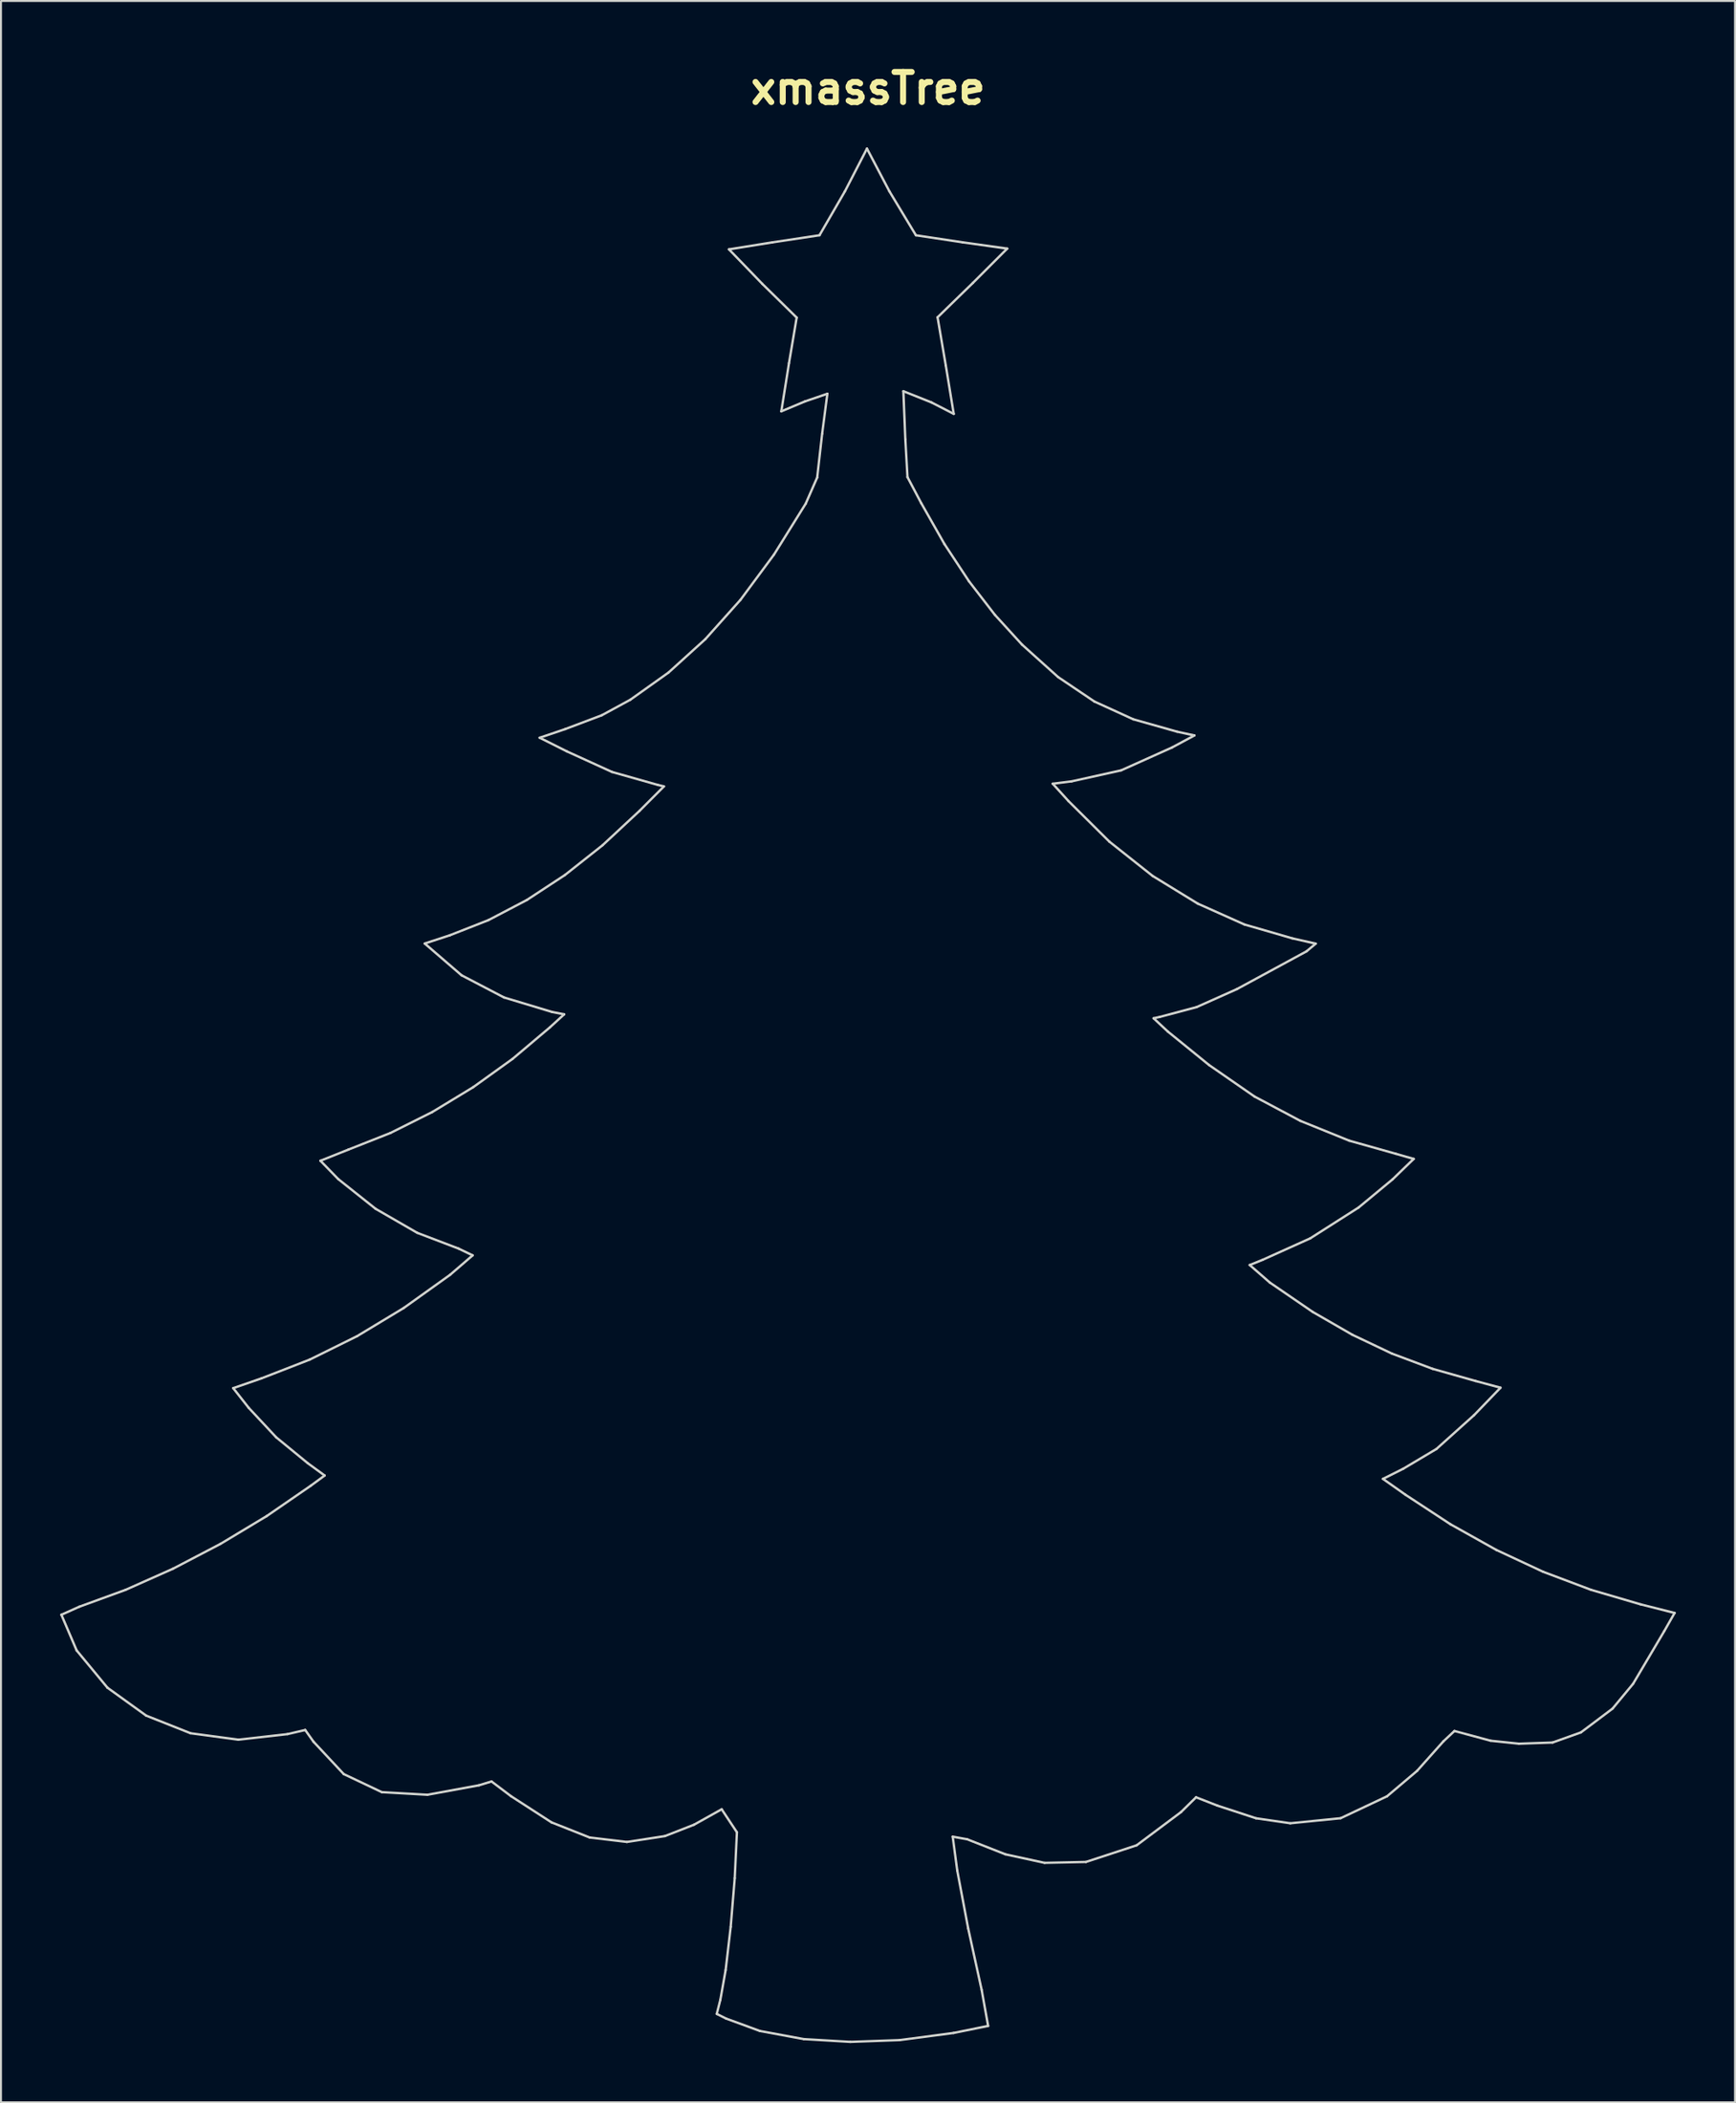
<source format=kicad_pcb>
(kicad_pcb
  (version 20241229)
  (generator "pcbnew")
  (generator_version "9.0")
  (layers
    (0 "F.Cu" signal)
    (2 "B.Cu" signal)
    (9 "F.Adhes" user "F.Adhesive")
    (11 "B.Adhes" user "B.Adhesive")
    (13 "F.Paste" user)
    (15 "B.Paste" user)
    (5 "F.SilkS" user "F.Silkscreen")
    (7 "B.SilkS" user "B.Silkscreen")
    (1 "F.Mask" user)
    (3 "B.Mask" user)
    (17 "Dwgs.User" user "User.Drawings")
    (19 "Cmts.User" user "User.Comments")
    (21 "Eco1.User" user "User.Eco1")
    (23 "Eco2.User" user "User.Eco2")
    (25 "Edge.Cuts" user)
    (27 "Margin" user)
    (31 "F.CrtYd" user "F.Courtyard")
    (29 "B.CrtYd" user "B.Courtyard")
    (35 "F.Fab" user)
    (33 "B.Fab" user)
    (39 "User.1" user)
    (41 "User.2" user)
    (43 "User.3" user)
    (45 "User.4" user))
  (footprint "xmassTree"
    (layer "F.Cu")
    (at 40.917 52.429)
    (property "Reference" "xmassTree" (at 0 -51.002 0) (layer "F.SilkS") (effects (font (size 1.524 1.524) (thickness 0.305))))
    (attr smd)
    (fp_line (start -40.857 26.28) (end -39.953 25.875) (stroke (width 0.12) (type solid)) (layer "Edge.Cuts"))
    (fp_line (start -40.085 28.086) (end -40.857 26.28) (stroke (width 0.12) (type solid)) (layer "Edge.Cuts"))
    (fp_line (start -39.953 25.875) (end -37.606 25.019) (stroke (width 0.12) (type solid)) (layer "Edge.Cuts"))
    (fp_line (start -38.523 29.975) (end -40.085 28.086) (stroke (width 0.12) (type solid)) (layer "Edge.Cuts"))
    (fp_line (start -37.606 25.019) (end -35.205 23.95) (stroke (width 0.12) (type solid)) (layer "Edge.Cuts"))
    (fp_line (start -36.563 31.387) (end -38.523 29.975) (stroke (width 0.12) (type solid)) (layer "Edge.Cuts"))
    (fp_line (start -35.205 23.95) (end -32.804 22.695) (stroke (width 0.12) (type solid)) (layer "Edge.Cuts"))
    (fp_line (start -34.317 32.279) (end -36.563 31.387) (stroke (width 0.12) (type solid)) (layer "Edge.Cuts"))
    (fp_line (start -32.804 22.695) (end -30.459 21.285) (stroke (width 0.12) (type solid)) (layer "Edge.Cuts"))
    (fp_line (start -32.153 14.806) (end -30.722 14.311) (stroke (width 0.12) (type solid)) (layer "Edge.Cuts"))
    (fp_line (start -31.895 32.606) (end -34.317 32.279) (stroke (width 0.12) (type solid)) (layer "Edge.Cuts"))
    (fp_line (start -31.372 15.8) (end -32.153 14.806) (stroke (width 0.12) (type solid)) (layer "Edge.Cuts"))
    (fp_line (start -30.722 14.311) (end -28.28 13.362) (stroke (width 0.12) (type solid)) (layer "Edge.Cuts"))
    (fp_line (start -30.459 21.285) (end -28.223 19.746) (stroke (width 0.12) (type solid)) (layer "Edge.Cuts"))
    (fp_line (start -29.978 17.295) (end -31.372 15.8) (stroke (width 0.12) (type solid)) (layer "Edge.Cuts"))
    (fp_line (start -29.408 32.324) (end -31.895 32.606) (stroke (width 0.12) (type solid)) (layer "Edge.Cuts"))
    (fp_line (start -28.508 32.115) (end -29.408 32.324) (stroke (width 0.12) (type solid)) (layer "Edge.Cuts"))
    (fp_line (start -28.378 18.606) (end -29.978 17.295) (stroke (width 0.12) (type solid)) (layer "Edge.Cuts"))
    (fp_line (start -28.28 13.362) (end -25.882 12.176) (stroke (width 0.12) (type solid)) (layer "Edge.Cuts"))
    (fp_line (start -28.223 19.746) (end -27.523 19.23) (stroke (width 0.12) (type solid)) (layer "Edge.Cuts"))
    (fp_line (start -28.086 32.709) (end -28.508 32.115) (stroke (width 0.12) (type solid)) (layer "Edge.Cuts"))
    (fp_line (start -27.736 3.293) (end -26.315 2.726) (stroke (width 0.12) (type solid)) (layer "Edge.Cuts"))
    (fp_line (start -27.523 19.23) (end -28.378 18.606) (stroke (width 0.12) (type solid)) (layer "Edge.Cuts"))
    (fp_line (start -26.832 4.223) (end -27.736 3.293) (stroke (width 0.12) (type solid)) (layer "Edge.Cuts"))
    (fp_line (start -26.554 34.348) (end -28.086 32.709) (stroke (width 0.12) (type solid)) (layer "Edge.Cuts"))
    (fp_line (start -26.315 2.726) (end -24.193 1.888) (stroke (width 0.12) (type solid)) (layer "Edge.Cuts"))
    (fp_line (start -25.882 12.176) (end -23.515 10.747) (stroke (width 0.12) (type solid)) (layer "Edge.Cuts"))
    (fp_line (start -24.941 5.726) (end -26.832 4.223) (stroke (width 0.12) (type solid)) (layer "Edge.Cuts"))
    (fp_line (start -24.627 35.262) (end -26.554 34.348) (stroke (width 0.12) (type solid)) (layer "Edge.Cuts"))
    (fp_line (start -24.193 1.888) (end -22.076 0.829) (stroke (width 0.12) (type solid)) (layer "Edge.Cuts"))
    (fp_line (start -23.515 10.747) (end -21.169 9.069) (stroke (width 0.12) (type solid)) (layer "Edge.Cuts"))
    (fp_line (start -22.833 6.942) (end -24.941 5.726) (stroke (width 0.12) (type solid)) (layer "Edge.Cuts"))
    (fp_line (start -22.453 -7.706) (end -21.176 -8.125) (stroke (width 0.12) (type solid)) (layer "Edge.Cuts"))
    (fp_line (start -22.316 35.394) (end -24.627 35.262) (stroke (width 0.12) (type solid)) (layer "Edge.Cuts"))
    (fp_line (start -22.076 0.829) (end -20.001 -0.43) (stroke (width 0.12) (type solid)) (layer "Edge.Cuts"))
    (fp_line (start -21.176 -8.125) (end -19.223 -8.892) (stroke (width 0.12) (type solid)) (layer "Edge.Cuts"))
    (fp_line (start -21.169 9.069) (end -20.026 8.083) (stroke (width 0.12) (type solid)) (layer "Edge.Cuts"))
    (fp_line (start -20.737 7.741) (end -22.833 6.942) (stroke (width 0.12) (type solid)) (layer "Edge.Cuts"))
    (fp_line (start -20.586 -6.097) (end -22.453 -7.706) (stroke (width 0.12) (type solid)) (layer "Edge.Cuts"))
    (fp_line (start -20.026 8.083) (end -20.737 7.741) (stroke (width 0.12) (type solid)) (layer "Edge.Cuts"))
    (fp_line (start -20.001 -0.43) (end -18.001 -1.867) (stroke (width 0.12) (type solid)) (layer "Edge.Cuts"))
    (fp_line (start -19.709 34.916) (end -22.316 35.394) (stroke (width 0.12) (type solid)) (layer "Edge.Cuts"))
    (fp_line (start -19.223 -8.892) (end -17.278 -9.911) (stroke (width 0.12) (type solid)) (layer "Edge.Cuts"))
    (fp_line (start -19.069 34.721) (end -19.709 34.916) (stroke (width 0.12) (type solid)) (layer "Edge.Cuts"))
    (fp_line (start -18.437 -4.975) (end -20.586 -6.097) (stroke (width 0.12) (type solid)) (layer "Edge.Cuts"))
    (fp_line (start -18.084 35.465) (end -19.069 34.721) (stroke (width 0.12) (type solid)) (layer "Edge.Cuts"))
    (fp_line (start -18.001 -1.867) (end -16.113 -3.461) (stroke (width 0.12) (type solid)) (layer "Edge.Cuts"))
    (fp_line (start -17.278 -9.911) (end -15.35 -11.176) (stroke (width 0.12) (type solid)) (layer "Edge.Cuts"))
    (fp_line (start -16.63 -18.126) (end -15.338 -18.563) (stroke (width 0.12) (type solid)) (layer "Edge.Cuts"))
    (fp_line (start -16.113 -3.461) (end -15.39 -4.122) (stroke (width 0.12) (type solid)) (layer "Edge.Cuts"))
    (fp_line (start -16.032 36.792) (end -18.084 35.465) (stroke (width 0.12) (type solid)) (layer "Edge.Cuts"))
    (fp_line (start -16.01 -4.243) (end -18.437 -4.975) (stroke (width 0.12) (type solid)) (layer "Edge.Cuts"))
    (fp_line (start -15.39 -4.122) (end -16.01 -4.243) (stroke (width 0.12) (type solid)) (layer "Edge.Cuts"))
    (fp_line (start -15.35 -11.176) (end -13.445 -12.682) (stroke (width 0.12) (type solid)) (layer "Edge.Cuts"))
    (fp_line (start -15.338 -18.563) (end -13.483 -19.264) (stroke (width 0.12) (type solid)) (layer "Edge.Cuts"))
    (fp_line (start -15.258 -17.437) (end -16.63 -18.126) (stroke (width 0.12) (type solid)) (layer "Edge.Cuts"))
    (fp_line (start -14.1 37.558) (end -16.032 36.792) (stroke (width 0.12) (type solid)) (layer "Edge.Cuts"))
    (fp_line (start -13.483 -19.264) (end -12.036 -20.051) (stroke (width 0.12) (type solid)) (layer "Edge.Cuts"))
    (fp_line (start -13.445 -12.682) (end -11.571 -14.425) (stroke (width 0.12) (type solid)) (layer "Edge.Cuts"))
    (fp_line (start -12.964 -16.392) (end -15.258 -17.437) (stroke (width 0.12) (type solid)) (layer "Edge.Cuts"))
    (fp_line (start -12.21 37.783) (end -14.1 37.558) (stroke (width 0.12) (type solid)) (layer "Edge.Cuts"))
    (fp_line (start -12.036 -20.051) (end -10.102 -21.428) (stroke (width 0.12) (type solid)) (layer "Edge.Cuts"))
    (fp_line (start -11.571 -14.425) (end -10.336 -15.663) (stroke (width 0.12) (type solid)) (layer "Edge.Cuts"))
    (fp_line (start -10.642 -15.735) (end -12.964 -16.392) (stroke (width 0.12) (type solid)) (layer "Edge.Cuts"))
    (fp_line (start -10.336 -15.663) (end -10.642 -15.735) (stroke (width 0.12) (type solid)) (layer "Edge.Cuts"))
    (fp_line (start -10.288 37.487) (end -12.21 37.783) (stroke (width 0.12) (type solid)) (layer "Edge.Cuts"))
    (fp_line (start -10.102 -21.428) (end -8.242 -23.114) (stroke (width 0.12) (type solid)) (layer "Edge.Cuts"))
    (fp_line (start -8.815 36.912) (end -10.288 37.487) (stroke (width 0.12) (type solid)) (layer "Edge.Cuts"))
    (fp_line (start -8.242 -23.114) (end -6.462 -25.104) (stroke (width 0.12) (type solid)) (layer "Edge.Cuts"))
    (fp_line (start -7.66 46.49) (end -7.479 45.777) (stroke (width 0.12) (type solid)) (layer "Edge.Cuts"))
    (fp_line (start -7.479 45.777) (end -7.211 44.272) (stroke (width 0.12) (type solid)) (layer "Edge.Cuts"))
    (fp_line (start -7.412 36.129) (end -8.815 36.912) (stroke (width 0.12) (type solid)) (layer "Edge.Cuts"))
    (fp_line (start -7.211 44.272) (end -6.954 42.081) (stroke (width 0.12) (type solid)) (layer "Edge.Cuts"))
    (fp_line (start -7.185 46.727) (end -7.66 46.49) (stroke (width 0.12) (type solid)) (layer "Edge.Cuts"))
    (fp_line (start -7.042 -42.854) (end -4.84 -43.208) (stroke (width 0.12) (type solid)) (layer "Edge.Cuts"))
    (fp_line (start -6.954 42.081) (end -6.75 39.618) (stroke (width 0.12) (type solid)) (layer "Edge.Cuts"))
    (fp_line (start -6.75 39.618) (end -6.639 37.294) (stroke (width 0.12) (type solid)) (layer "Edge.Cuts"))
    (fp_line (start -6.639 37.294) (end -7.412 36.129) (stroke (width 0.12) (type solid)) (layer "Edge.Cuts"))
    (fp_line (start -6.462 -25.104) (end -4.765 -27.394) (stroke (width 0.12) (type solid)) (layer "Edge.Cuts"))
    (fp_line (start -5.474 47.355) (end -7.185 46.727) (stroke (width 0.12) (type solid)) (layer "Edge.Cuts"))
    (fp_line (start -5.35 -41.103) (end -7.042 -42.854) (stroke (width 0.12) (type solid)) (layer "Edge.Cuts"))
    (fp_line (start -4.84 -43.208) (end -2.457 -43.567) (stroke (width 0.12) (type solid)) (layer "Edge.Cuts"))
    (fp_line (start -4.765 -27.394) (end -3.154 -29.979) (stroke (width 0.12) (type solid)) (layer "Edge.Cuts"))
    (fp_line (start -4.39 -34.652) (end -4.002 -37.09) (stroke (width 0.12) (type solid)) (layer "Edge.Cuts"))
    (fp_line (start -4.002 -37.09) (end -3.612 -39.398) (stroke (width 0.12) (type solid)) (layer "Edge.Cuts"))
    (fp_line (start -3.612 -39.398) (end -5.35 -41.103) (stroke (width 0.12) (type solid)) (layer "Edge.Cuts"))
    (fp_line (start -3.251 47.766) (end -5.474 47.355) (stroke (width 0.12) (type solid)) (layer "Edge.Cuts"))
    (fp_line (start -3.194 -35.154) (end -4.39 -34.652) (stroke (width 0.12) (type solid)) (layer "Edge.Cuts"))
    (fp_line (start -3.154 -29.979) (end -2.574 -31.302) (stroke (width 0.12) (type solid)) (layer "Edge.Cuts"))
    (fp_line (start -2.574 -31.302) (end -2.322 -33.519) (stroke (width 0.12) (type solid)) (layer "Edge.Cuts"))
    (fp_line (start -2.457 -43.567) (end -1.172 -45.785) (stroke (width 0.12) (type solid)) (layer "Edge.Cuts"))
    (fp_line (start -2.322 -33.519) (end -2.058 -35.542) (stroke (width 0.12) (type solid)) (layer "Edge.Cuts"))
    (fp_line (start -2.058 -35.542) (end -3.194 -35.154) (stroke (width 0.12) (type solid)) (layer "Edge.Cuts"))
    (fp_line (start -1.172 -45.785) (end -0.052 -47.954) (stroke (width 0.12) (type solid)) (layer "Edge.Cuts"))
    (fp_line (start -0.894 47.906) (end -3.251 47.766) (stroke (width 0.12) (type solid)) (layer "Edge.Cuts"))
    (fp_line (start -0.052 -47.954) (end 1.087 -45.788) (stroke (width 0.12) (type solid)) (layer "Edge.Cuts"))
    (fp_line (start 1.087 -45.788) (end 2.428 -43.566) (stroke (width 0.12) (type solid)) (layer "Edge.Cuts"))
    (fp_line (start 1.605 47.816) (end -0.894 47.906) (stroke (width 0.12) (type solid)) (layer "Edge.Cuts"))
    (fp_line (start 1.792 -35.671) (end 1.891 -33.238) (stroke (width 0.12) (type solid)) (layer "Edge.Cuts"))
    (fp_line (start 1.891 -33.238) (end 2.001 -31.32) (stroke (width 0.12) (type solid)) (layer "Edge.Cuts"))
    (fp_line (start 2.001 -31.32) (end 2.697 -30.003) (stroke (width 0.12) (type solid)) (layer "Edge.Cuts"))
    (fp_line (start 2.428 -43.566) (end 4.79 -43.21) (stroke (width 0.12) (type solid)) (layer "Edge.Cuts"))
    (fp_line (start 2.697 -30.003) (end 3.875 -27.929) (stroke (width 0.12) (type solid)) (layer "Edge.Cuts"))
    (fp_line (start 3.218 -35.102) (end 1.792 -35.671) (stroke (width 0.12) (type solid)) (layer "Edge.Cuts"))
    (fp_line (start 3.524 -39.413) (end 3.942 -36.968) (stroke (width 0.12) (type solid)) (layer "Edge.Cuts"))
    (fp_line (start 3.875 -27.929) (end 5.12 -26.042) (stroke (width 0.12) (type solid)) (layer "Edge.Cuts"))
    (fp_line (start 3.942 -36.968) (end 4.343 -34.523) (stroke (width 0.12) (type solid)) (layer "Edge.Cuts"))
    (fp_line (start 4.292 37.516) (end 4.521 39.232) (stroke (width 0.12) (type solid)) (layer "Edge.Cuts"))
    (fp_line (start 4.333 47.455) (end 1.605 47.816) (stroke (width 0.12) (type solid)) (layer "Edge.Cuts"))
    (fp_line (start 4.343 -34.523) (end 3.218 -35.102) (stroke (width 0.12) (type solid)) (layer "Edge.Cuts"))
    (fp_line (start 4.521 39.232) (end 5.076 42.168) (stroke (width 0.12) (type solid)) (layer "Edge.Cuts"))
    (fp_line (start 4.79 -43.21) (end 7.051 -42.892) (stroke (width 0.12) (type solid)) (layer "Edge.Cuts"))
    (fp_line (start 5.024 37.648) (end 4.292 37.516) (stroke (width 0.12) (type solid)) (layer "Edge.Cuts"))
    (fp_line (start 5.076 42.168) (end 5.757 45.272) (stroke (width 0.12) (type solid)) (layer "Edge.Cuts"))
    (fp_line (start 5.12 -26.042) (end 6.43 -24.345) (stroke (width 0.12) (type solid)) (layer "Edge.Cuts"))
    (fp_line (start 5.311 -41.152) (end 3.524 -39.413) (stroke (width 0.12) (type solid)) (layer "Edge.Cuts"))
    (fp_line (start 5.757 45.272) (end 6.085 47.098) (stroke (width 0.12) (type solid)) (layer "Edge.Cuts"))
    (fp_line (start 6.085 47.098) (end 4.333 47.455) (stroke (width 0.12) (type solid)) (layer "Edge.Cuts"))
    (fp_line (start 6.43 -24.345) (end 7.801 -22.842) (stroke (width 0.12) (type solid)) (layer "Edge.Cuts"))
    (fp_line (start 6.962 38.41) (end 5.024 37.648) (stroke (width 0.12) (type solid)) (layer "Edge.Cuts"))
    (fp_line (start 7.051 -42.892) (end 5.311 -41.152) (stroke (width 0.12) (type solid)) (layer "Edge.Cuts"))
    (fp_line (start 7.801 -22.842) (end 9.632 -21.196) (stroke (width 0.12) (type solid)) (layer "Edge.Cuts"))
    (fp_line (start 8.944 38.841) (end 6.962 38.41) (stroke (width 0.12) (type solid)) (layer "Edge.Cuts"))
    (fp_line (start 9.359 -15.797) (end 10.154 -14.921) (stroke (width 0.12) (type solid)) (layer "Edge.Cuts"))
    (fp_line (start 9.632 -21.196) (end 11.468 -19.959) (stroke (width 0.12) (type solid)) (layer "Edge.Cuts"))
    (fp_line (start 10.154 -14.921) (end 12.228 -12.864) (stroke (width 0.12) (type solid)) (layer "Edge.Cuts"))
    (fp_line (start 10.312 -15.917) (end 9.359 -15.797) (stroke (width 0.12) (type solid)) (layer "Edge.Cuts"))
    (fp_line (start 11.04 38.796) (end 8.944 38.841) (stroke (width 0.12) (type solid)) (layer "Edge.Cuts"))
    (fp_line (start 11.468 -19.959) (end 13.434 -19.061) (stroke (width 0.12) (type solid)) (layer "Edge.Cuts"))
    (fp_line (start 12.228 -12.864) (end 14.418 -11.128) (stroke (width 0.12) (type solid)) (layer "Edge.Cuts"))
    (fp_line (start 12.823 -16.474) (end 10.312 -15.917) (stroke (width 0.12) (type solid)) (layer "Edge.Cuts"))
    (fp_line (start 13.434 -19.061) (end 15.657 -18.432) (stroke (width 0.12) (type solid)) (layer "Edge.Cuts"))
    (fp_line (start 13.607 37.954) (end 11.04 38.796) (stroke (width 0.12) (type solid)) (layer "Edge.Cuts"))
    (fp_line (start 14.418 -11.128) (end 16.705 -9.726) (stroke (width 0.12) (type solid)) (layer "Edge.Cuts"))
    (fp_line (start 14.468 -3.922) (end 15.191 -3.247) (stroke (width 0.12) (type solid)) (layer "Edge.Cuts"))
    (fp_line (start 14.778 -3.989) (end 14.468 -3.922) (stroke (width 0.12) (type solid)) (layer "Edge.Cuts"))
    (fp_line (start 15.191 -3.247) (end 17.275 -1.555) (stroke (width 0.12) (type solid)) (layer "Edge.Cuts"))
    (fp_line (start 15.399 -17.631) (end 12.823 -16.474) (stroke (width 0.12) (type solid)) (layer "Edge.Cuts"))
    (fp_line (start 15.657 -18.432) (end 16.534 -18.242) (stroke (width 0.12) (type solid)) (layer "Edge.Cuts"))
    (fp_line (start 15.853 36.274) (end 13.607 37.954) (stroke (width 0.12) (type solid)) (layer "Edge.Cuts"))
    (fp_line (start 16.534 -18.242) (end 15.399 -17.631) (stroke (width 0.12) (type solid)) (layer "Edge.Cuts"))
    (fp_line (start 16.618 35.522) (end 15.853 36.274) (stroke (width 0.12) (type solid)) (layer "Edge.Cuts"))
    (fp_line (start 16.642 -4.485) (end 14.778 -3.989) (stroke (width 0.12) (type solid)) (layer "Edge.Cuts"))
    (fp_line (start 16.705 -9.726) (end 19.07 -8.669) (stroke (width 0.12) (type solid)) (layer "Edge.Cuts"))
    (fp_line (start 17.275 -1.555) (end 19.582 0.043) (stroke (width 0.12) (type solid)) (layer "Edge.Cuts"))
    (fp_line (start 17.696 35.943) (end 16.618 35.522) (stroke (width 0.12) (type solid)) (layer "Edge.Cuts"))
    (fp_line (start 18.685 -5.397) (end 16.642 -4.485) (stroke (width 0.12) (type solid)) (layer "Edge.Cuts"))
    (fp_line (start 19.07 -8.669) (end 21.494 -7.968) (stroke (width 0.12) (type solid)) (layer "Edge.Cuts"))
    (fp_line (start 19.337 8.573) (end 20.354 9.459) (stroke (width 0.12) (type solid)) (layer "Edge.Cuts"))
    (fp_line (start 19.582 0.043) (end 21.902 1.274) (stroke (width 0.12) (type solid)) (layer "Edge.Cuts"))
    (fp_line (start 19.656 36.585) (end 17.696 35.943) (stroke (width 0.12) (type solid)) (layer "Edge.Cuts"))
    (fp_line (start 19.996 8.306) (end 19.337 8.573) (stroke (width 0.12) (type solid)) (layer "Edge.Cuts"))
    (fp_line (start 20.354 9.459) (end 22.522 10.944) (stroke (width 0.12) (type solid)) (layer "Edge.Cuts"))
    (fp_line (start 21.391 36.837) (end 19.656 36.585) (stroke (width 0.12) (type solid)) (layer "Edge.Cuts"))
    (fp_line (start 21.494 -7.968) (end 22.678 -7.7) (stroke (width 0.12) (type solid)) (layer "Edge.Cuts"))
    (fp_line (start 21.902 1.274) (end 24.38 2.277) (stroke (width 0.12) (type solid)) (layer "Edge.Cuts"))
    (fp_line (start 22.213 -7.31) (end 18.685 -5.397) (stroke (width 0.12) (type solid)) (layer "Edge.Cuts"))
    (fp_line (start 22.396 7.225) (end 19.996 8.306) (stroke (width 0.12) (type solid)) (layer "Edge.Cuts"))
    (fp_line (start 22.522 10.944) (end 24.538 12.106) (stroke (width 0.12) (type solid)) (layer "Edge.Cuts"))
    (fp_line (start 22.678 -7.7) (end 22.213 -7.31) (stroke (width 0.12) (type solid)) (layer "Edge.Cuts"))
    (fp_line (start 23.94 36.582) (end 21.391 36.837) (stroke (width 0.12) (type solid)) (layer "Edge.Cuts"))
    (fp_line (start 24.38 2.277) (end 26.737 2.94) (stroke (width 0.12) (type solid)) (layer "Edge.Cuts"))
    (fp_line (start 24.538 12.106) (end 26.544 13.059) (stroke (width 0.12) (type solid)) (layer "Edge.Cuts"))
    (fp_line (start 24.852 5.66) (end 22.396 7.225) (stroke (width 0.12) (type solid)) (layer "Edge.Cuts"))
    (fp_line (start 26.086 19.401) (end 27.221 20.201) (stroke (width 0.12) (type solid)) (layer "Edge.Cuts"))
    (fp_line (start 26.291 35.472) (end 23.94 36.582) (stroke (width 0.12) (type solid)) (layer "Edge.Cuts"))
    (fp_line (start 26.544 13.059) (end 28.602 13.829) (stroke (width 0.12) (type solid)) (layer "Edge.Cuts"))
    (fp_line (start 26.575 4.232) (end 24.852 5.66) (stroke (width 0.12) (type solid)) (layer "Edge.Cuts"))
    (fp_line (start 26.737 2.94) (end 27.641 3.2) (stroke (width 0.12) (type solid)) (layer "Edge.Cuts"))
    (fp_line (start 27.112 18.887) (end 26.086 19.401) (stroke (width 0.12) (type solid)) (layer "Edge.Cuts"))
    (fp_line (start 27.221 20.201) (end 29.507 21.7) (stroke (width 0.12) (type solid)) (layer "Edge.Cuts"))
    (fp_line (start 27.641 3.2) (end 26.575 4.232) (stroke (width 0.12) (type solid)) (layer "Edge.Cuts"))
    (fp_line (start 27.812 34.186) (end 26.291 35.472) (stroke (width 0.12) (type solid)) (layer "Edge.Cuts"))
    (fp_line (start 28.602 13.829) (end 30.775 14.444) (stroke (width 0.12) (type solid)) (layer "Edge.Cuts"))
    (fp_line (start 28.794 17.886) (end 27.112 18.887) (stroke (width 0.12) (type solid)) (layer "Edge.Cuts"))
    (fp_line (start 29.146 32.69) (end 27.812 34.186) (stroke (width 0.12) (type solid)) (layer "Edge.Cuts"))
    (fp_line (start 29.507 21.7) (end 31.829 22.999) (stroke (width 0.12) (type solid)) (layer "Edge.Cuts"))
    (fp_line (start 29.707 32.165) (end 29.146 32.69) (stroke (width 0.12) (type solid)) (layer "Edge.Cuts"))
    (fp_line (start 30.702 16.172) (end 28.794 17.886) (stroke (width 0.12) (type solid)) (layer "Edge.Cuts"))
    (fp_line (start 30.775 14.444) (end 32.04 14.784) (stroke (width 0.12) (type solid)) (layer "Edge.Cuts"))
    (fp_line (start 31.54 32.659) (end 29.707 32.165) (stroke (width 0.12) (type solid)) (layer "Edge.Cuts"))
    (fp_line (start 31.829 22.999) (end 34.198 24.104) (stroke (width 0.12) (type solid)) (layer "Edge.Cuts"))
    (fp_line (start 32.04 14.784) (end 30.702 16.172) (stroke (width 0.12) (type solid)) (layer "Edge.Cuts"))
    (fp_line (start 32.975 32.809) (end 31.54 32.659) (stroke (width 0.12) (type solid)) (layer "Edge.Cuts"))
    (fp_line (start 34.198 24.104) (end 36.628 25.019) (stroke (width 0.12) (type solid)) (layer "Edge.Cuts"))
    (fp_line (start 34.677 32.749) (end 32.975 32.809) (stroke (width 0.12) (type solid)) (layer "Edge.Cuts"))
    (fp_line (start 36.113 32.237) (end 34.677 32.749) (stroke (width 0.12) (type solid)) (layer "Edge.Cuts"))
    (fp_line (start 36.628 25.019) (end 39.131 25.752) (stroke (width 0.12) (type solid)) (layer "Edge.Cuts"))
    (fp_line (start 37.714 31.033) (end 36.113 32.237) (stroke (width 0.12) (type solid)) (layer "Edge.Cuts"))
    (fp_line (start 38.753 29.779) (end 37.714 31.033) (stroke (width 0.12) (type solid)) (layer "Edge.Cuts"))
    (fp_line (start 39.131 25.752) (end 40.857 26.189) (stroke (width 0.12) (type solid)) (layer "Edge.Cuts"))
    (fp_line (start 40.333 27.111) (end 38.753 29.779) (stroke (width 0.12) (type solid)) (layer "Edge.Cuts"))
    (fp_line (start 40.857 26.189) (end 40.333 27.111) (stroke (width 0.12) (type solid)) (layer "Edge.Cuts")))
  (gr_rect
    (start -3 -3)
    (end 84.835 103.395)
    (stroke (width 0.1) (type default))
    (fill no)
    (layer "Edge.Cuts")))
</source>
